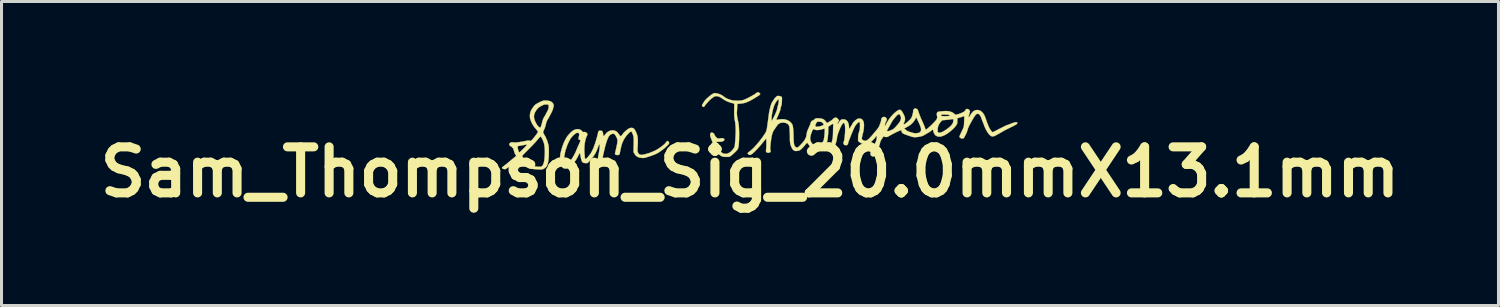
<source format=kicad_pcb>
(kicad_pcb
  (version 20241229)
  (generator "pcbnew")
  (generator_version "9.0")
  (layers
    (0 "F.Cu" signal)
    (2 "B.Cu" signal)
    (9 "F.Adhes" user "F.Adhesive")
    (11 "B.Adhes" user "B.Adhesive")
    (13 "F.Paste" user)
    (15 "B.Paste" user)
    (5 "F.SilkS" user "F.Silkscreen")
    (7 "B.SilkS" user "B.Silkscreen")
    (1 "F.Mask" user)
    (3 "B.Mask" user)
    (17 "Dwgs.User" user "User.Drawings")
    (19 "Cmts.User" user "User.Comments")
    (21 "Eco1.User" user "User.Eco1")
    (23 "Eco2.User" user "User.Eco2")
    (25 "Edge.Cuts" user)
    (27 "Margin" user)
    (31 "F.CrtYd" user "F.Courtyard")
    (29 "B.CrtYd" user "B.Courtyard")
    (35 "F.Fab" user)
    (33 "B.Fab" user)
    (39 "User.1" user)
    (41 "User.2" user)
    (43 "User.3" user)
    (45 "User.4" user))
  (footprint "Sam_Thompson_Sig_20.0mmX13.1mm"
    (layer "F.Cu")
    (at 21.779 2.646)
    (property "Reference" "Sam_Thompson_Sig_20.0mmX13.1mm" (at 0 0 0) (layer "F.SilkS") (effects (font (size 1.524 1.524) (thickness 0.3))))
    (attr through_hole)
    (fp_poly (pts (xy 0.294 -2.632) (xy 0.315 -2.617) (xy 0.332 -2.6) (xy 0.337 -2.588) (xy 0.334 -2.574) (xy 0.333 -2.572) (xy 0.321 -2.558) (xy 0.299 -2.54) (xy 0.271 -2.521) (xy 0.266 -2.518) (xy 0.233 -2.498) (xy 0.193 -2.474) (xy 0.15 -2.447) (xy 0.123 -2.43) (xy 0.057 -2.391) (xy -0.014 -2.354) (xy -0.084 -2.322) (xy -0.15 -2.297) (xy -0.174 -2.29) (xy -0.203 -2.283) (xy -0.244 -2.276) (xy -0.289 -2.269) (xy -0.321 -2.266) (xy -0.419 -2.256) (xy -0.425 -2.155) (xy -0.427 -2.106) (xy -0.43 -2.056) (xy -0.433 -2.011) (xy -0.435 -1.985) (xy -0.435 -1.934) (xy -0.431 -1.873) (xy -0.423 -1.809) (xy -0.412 -1.75) (xy -0.401 -1.706) (xy -0.388 -1.649) (xy -0.377 -1.578) (xy -0.368 -1.493) (xy -0.363 -1.396) (xy -0.36 -1.289) (xy -0.361 -1.175) (xy -0.364 -1.053) (xy -0.366 -1.012) (xy -0.37 -0.936) (xy -0.376 -0.875) (xy -0.384 -0.827) (xy -0.394 -0.788) (xy -0.407 -0.757) (xy -0.413 -0.745) (xy -0.428 -0.727) (xy -0.452 -0.701) (xy -0.483 -0.669) (xy -0.519 -0.635) (xy -0.556 -0.602) (xy -0.591 -0.571) (xy -0.622 -0.547) (xy -0.626 -0.544) (xy -0.681 -0.504) (xy -0.774 -0.502) (xy -0.824 -0.502) (xy -0.861 -0.504) (xy -0.892 -0.509) (xy -0.917 -0.516) (xy -0.97 -0.541) (xy -1.023 -0.582) (xy -1.076 -0.638) (xy -1.1 -0.668) (xy -1.119 -0.695) (xy -1.134 -0.717) (xy -1.142 -0.731) (xy -1.143 -0.733) (xy -1.148 -0.743) (xy -1.162 -0.759) (xy -1.165 -0.762) (xy -1.177 -0.779) (xy -1.188 -0.806) (xy -1.2 -0.845) (xy -1.21 -0.881) (xy -1.224 -0.931) (xy -1.241 -0.985) (xy -1.259 -1.035) (xy -1.269 -1.059) (xy -1.295 -1.125) (xy -1.312 -1.178) (xy -1.319 -1.22) (xy -1.319 -1.254) (xy -1.309 -1.28) (xy -1.301 -1.292) (xy -1.287 -1.306) (xy -1.274 -1.31) (xy -1.254 -1.306) (xy -1.251 -1.305) (xy -1.216 -1.289) (xy -1.19 -1.269) (xy -1.178 -1.247) (xy -1.177 -1.241) (xy -1.172 -1.221) (xy -1.164 -1.211) (xy -1.153 -1.197) (xy -1.151 -1.19) (xy -1.145 -1.177) (xy -1.129 -1.159) (xy -1.107 -1.14) (xy -1.084 -1.123) (xy -1.065 -1.113) (xy -1.063 -1.113) (xy -1.044 -1.111) (xy -1.015 -1.113) (xy -0.983 -1.117) (xy -0.933 -1.123) (xy -0.896 -1.121) (xy -0.87 -1.11) (xy -0.86 -1.101) (xy -0.848 -1.078) (xy -0.853 -1.056) (xy -0.874 -1.034) (xy -0.888 -1.025) (xy -0.906 -1.016) (xy -0.924 -1.01) (xy -0.946 -1.007) (xy -0.976 -1.005) (xy -1.019 -1.004) (xy -1.026 -1.004) (xy -1.07 -1.003) (xy -1.102 -1.001) (xy -1.121 -0.998) (xy -1.126 -0.995) (xy -1.123 -0.976) (xy -1.115 -0.947) (xy -1.103 -0.91) (xy -1.09 -0.872) (xy -1.076 -0.835) (xy -1.063 -0.805) (xy -1.06 -0.798) (xy -1.037 -0.761) (xy -1.006 -0.72) (xy -0.972 -0.68) (xy -0.938 -0.647) (xy -0.91 -0.627) (xy -0.882 -0.615) (xy -0.844 -0.606) (xy -0.827 -0.604) (xy -0.797 -0.602) (xy -0.774 -0.604) (xy -0.751 -0.61) (xy -0.72 -0.623) (xy -0.712 -0.627) (xy -0.659 -0.657) (xy -0.61 -0.699) (xy -0.563 -0.755) (xy -0.537 -0.792) (xy -0.523 -0.815) (xy -0.513 -0.835) (xy -0.507 -0.858) (xy -0.502 -0.888) (xy -0.499 -0.925) (xy -0.488 -1.054) (xy -0.48 -1.169) (xy -0.475 -1.272) (xy -0.474 -1.365) (xy -0.475 -1.451) (xy -0.48 -1.532) (xy -0.487 -1.609) (xy -0.498 -1.687) (xy -0.512 -1.761) (xy -0.516 -1.794) (xy -0.52 -1.841) (xy -0.523 -1.898) (xy -0.524 -1.961) (xy -0.525 -2.028) (xy -0.524 -2.095) (xy -0.522 -2.158) (xy -0.521 -2.17) (xy -0.52 -2.213) (xy -0.522 -2.242) (xy -0.53 -2.261) (xy -0.544 -2.273) (xy -0.568 -2.28) (xy -0.585 -2.283) (xy -0.664 -2.304) (xy -0.746 -2.335) (xy -0.826 -2.375) (xy -0.897 -2.42) (xy -0.902 -2.424) (xy -0.966 -2.467) (xy -1.025 -2.496) (xy -1.081 -2.511) (xy -1.122 -2.514) (xy -1.139 -2.514) (xy -1.155 -2.511) (xy -1.172 -2.505) (xy -1.191 -2.494) (xy -1.217 -2.476) (xy -1.252 -2.451) (xy -1.295 -2.419) (xy -1.317 -2.399) (xy -1.346 -2.371) (xy -1.379 -2.336) (xy -1.413 -2.298) (xy -1.446 -2.261) (xy -1.473 -2.227) (xy -1.494 -2.199) (xy -1.502 -2.186) (xy -1.52 -2.162) (xy -1.54 -2.155) (xy -1.563 -2.164) (xy -1.566 -2.166) (xy -1.585 -2.186) (xy -1.589 -2.209) (xy -1.578 -2.237) (xy -1.568 -2.254) (xy -1.549 -2.283) (xy -1.531 -2.314) (xy -1.526 -2.324) (xy -1.506 -2.353) (xy -1.476 -2.388) (xy -1.437 -2.428) (xy -1.393 -2.469) (xy -1.346 -2.509) (xy -1.299 -2.546) (xy -1.256 -2.576) (xy -1.219 -2.598) (xy -1.212 -2.601) (xy -1.191 -2.61) (xy -1.172 -2.614) (xy -1.15 -2.613) (xy -1.119 -2.609) (xy -1.112 -2.608) (xy -1.022 -2.585) (xy -0.937 -2.547) (xy -0.864 -2.497) (xy -0.831 -2.472) (xy -0.8 -2.452) (xy -0.766 -2.434) (xy -0.725 -2.418) (xy -0.673 -2.399) (xy -0.635 -2.387) (xy -0.604 -2.378) (xy -0.576 -2.372) (xy -0.545 -2.369) (xy -0.508 -2.366) (xy -0.458 -2.365) (xy -0.453 -2.364) (xy -0.383 -2.363) (xy -0.325 -2.366) (xy -0.274 -2.372) (xy -0.226 -2.384) (xy -0.176 -2.402) (xy -0.119 -2.428) (xy -0.09 -2.442) (xy -0.036 -2.469) (xy 0.018 -2.498) (xy 0.071 -2.527) (xy 0.119 -2.555) (xy 0.16 -2.581) (xy 0.192 -2.603) (xy 0.213 -2.619) (xy 0.219 -2.625) (xy 0.238 -2.639) (xy 0.265 -2.641) (xy 0.294 -2.632)) (stroke (width 0.01) (type solid)) (fill yes) (layer "F.SilkS"))
    (fp_poly (pts (xy -6.782 -2.369) (xy -6.749 -2.366) (xy -6.719 -2.364) (xy -6.663 -2.357) (xy -6.621 -2.347) (xy -6.588 -2.334) (xy -6.56 -2.314) (xy -6.534 -2.287) (xy -6.534 -2.287) (xy -6.517 -2.265) (xy -6.506 -2.244) (xy -6.5 -2.221) (xy -6.5 -2.194) (xy -6.506 -2.159) (xy -6.518 -2.114) (xy -6.534 -2.057) (xy -6.543 -2.036) (xy -6.558 -2.003) (xy -6.578 -1.961) (xy -6.601 -1.916) (xy -6.626 -1.869) (xy -6.65 -1.824) (xy -6.672 -1.785) (xy -6.69 -1.755) (xy -6.697 -1.744) (xy -6.721 -1.702) (xy -6.741 -1.649) (xy -6.752 -1.609) (xy -6.768 -1.545) (xy -6.782 -1.494) (xy -6.798 -1.45) (xy -6.816 -1.408) (xy -6.82 -1.4) (xy -6.834 -1.369) (xy -6.844 -1.342) (xy -6.849 -1.324) (xy -6.85 -1.322) (xy -6.844 -1.298) (xy -6.826 -1.261) (xy -6.798 -1.212) (xy -6.793 -1.205) (xy -6.778 -1.181) (xy -6.768 -1.163) (xy -6.765 -1.156) (xy -6.762 -1.146) (xy -6.753 -1.126) (xy -6.741 -1.099) (xy -6.74 -1.098) (xy -6.716 -1.039) (xy -6.693 -0.968) (xy -6.673 -0.892) (xy -6.67 -0.881) (xy -6.665 -0.848) (xy -6.662 -0.802) (xy -6.66 -0.747) (xy -6.659 -0.684) (xy -6.66 -0.618) (xy -6.662 -0.551) (xy -6.665 -0.488) (xy -6.669 -0.432) (xy -6.675 -0.387) (xy -6.687 -0.315) (xy -6.702 -0.258) (xy -6.721 -0.212) (xy -6.746 -0.175) (xy -6.777 -0.144) (xy -6.817 -0.116) (xy -6.828 -0.109) (xy -6.847 -0.1) (xy -6.867 -0.093) (xy -6.89 -0.088) (xy -6.92 -0.086) (xy -6.958 -0.086) (xy -7.007 -0.088) (xy -7.069 -0.091) (xy -7.104 -0.094) (xy -7.135 -0.096) (xy -7.162 -0.099) (xy -7.187 -0.103) (xy -7.213 -0.11) (xy -7.242 -0.12) (xy -7.276 -0.134) (xy -7.318 -0.152) (xy -7.369 -0.176) (xy -7.432 -0.206) (xy -7.458 -0.219) (xy -7.498 -0.245) (xy -7.539 -0.284) (xy -7.576 -0.332) (xy -7.581 -0.339) (xy -7.605 -0.375) (xy -7.621 -0.399) (xy -7.633 -0.414) (xy -7.641 -0.421) (xy -7.648 -0.423) (xy -7.651 -0.423) (xy -7.662 -0.418) (xy -7.683 -0.404) (xy -7.713 -0.383) (xy -7.748 -0.357) (xy -7.786 -0.327) (xy -7.825 -0.296) (xy -7.862 -0.265) (xy -7.895 -0.237) (xy -7.904 -0.23) (xy -7.93 -0.208) (xy -7.964 -0.182) (xy -8.002 -0.155) (xy -8.022 -0.142) (xy -8.057 -0.12) (xy -8.081 -0.106) (xy -8.099 -0.098) (xy -8.114 -0.096) (xy -8.131 -0.097) (xy -8.136 -0.098) (xy -8.173 -0.106) (xy -8.199 -0.119) (xy -8.211 -0.136) (xy -8.212 -0.142) (xy -8.205 -0.153) (xy -8.187 -0.171) (xy -8.159 -0.194) (xy -8.13 -0.216) (xy -8.092 -0.244) (xy -8.054 -0.274) (xy -8.02 -0.302) (xy -8.002 -0.317) (xy -7.978 -0.338) (xy -7.944 -0.366) (xy -7.905 -0.399) (xy -7.865 -0.432) (xy -7.851 -0.443) (xy -7.815 -0.472) (xy -7.784 -0.497) (xy -7.76 -0.518) (xy -7.745 -0.531) (xy -7.742 -0.534) (xy -7.742 -0.535) (xy -7.546 -0.535) (xy -7.505 -0.46) (xy -7.479 -0.412) (xy -7.458 -0.376) (xy -7.439 -0.348) (xy -7.418 -0.327) (xy -7.392 -0.308) (xy -7.359 -0.288) (xy -7.315 -0.266) (xy -7.297 -0.257) (xy -7.248 -0.232) (xy -7.21 -0.214) (xy -7.181 -0.201) (xy -7.157 -0.192) (xy -7.134 -0.186) (xy -7.109 -0.183) (xy -7.079 -0.18) (xy -7.058 -0.178) (xy -7.002 -0.174) (xy -6.959 -0.173) (xy -6.928 -0.176) (xy -6.905 -0.183) (xy -6.888 -0.194) (xy -6.886 -0.196) (xy -6.862 -0.225) (xy -6.842 -0.263) (xy -6.825 -0.312) (xy -6.813 -0.373) (xy -6.803 -0.448) (xy -6.796 -0.537) (xy -6.794 -0.584) (xy -6.792 -0.688) (xy -6.796 -0.785) (xy -6.805 -0.87) (xy -6.818 -0.943) (xy -6.829 -0.978) (xy -6.845 -1.022) (xy -6.863 -1.066) (xy -6.883 -1.107) (xy -6.901 -1.14) (xy -6.916 -1.162) (xy -6.921 -1.168) (xy -6.928 -1.172) (xy -6.936 -1.172) (xy -6.947 -1.166) (xy -6.962 -1.154) (xy -6.982 -1.132) (xy -7.01 -1.101) (xy -7.046 -1.058) (xy -7.06 -1.041) (xy -7.089 -1.008) (xy -7.128 -0.965) (xy -7.173 -0.917) (xy -7.222 -0.865) (xy -7.272 -0.814) (xy -7.303 -0.783) (xy -7.348 -0.738) (xy -7.392 -0.694) (xy -7.431 -0.654) (xy -7.465 -0.62) (xy -7.491 -0.593) (xy -7.505 -0.579) (xy -7.546 -0.535) (xy -7.742 -0.535) (xy -7.743 -0.546) (xy -7.753 -0.562) (xy -7.77 -0.585) (xy -7.786 -0.618) (xy -7.802 -0.663) (xy -7.815 -0.707) (xy -7.827 -0.749) (xy -7.84 -0.779) (xy -7.855 -0.802) (xy -7.877 -0.823) (xy -7.883 -0.828) (xy -7.696 -0.828) (xy -7.691 -0.798) (xy -7.683 -0.765) (xy -7.67 -0.717) (xy -7.659 -0.683) (xy -7.65 -0.663) (xy -7.64 -0.653) (xy -7.635 -0.652) (xy -7.626 -0.658) (xy -7.607 -0.674) (xy -7.58 -0.698) (xy -7.548 -0.729) (xy -7.511 -0.765) (xy -7.504 -0.772) (xy -7.467 -0.81) (xy -7.435 -0.843) (xy -7.409 -0.871) (xy -7.391 -0.892) (xy -7.383 -0.903) (xy -7.383 -0.904) (xy -7.39 -0.911) (xy -7.402 -0.911) (xy -7.431 -0.905) (xy -7.471 -0.898) (xy -7.517 -0.889) (xy -7.563 -0.881) (xy -7.605 -0.874) (xy -7.617 -0.872) (xy -7.656 -0.865) (xy -7.68 -0.858) (xy -7.693 -0.846) (xy -7.696 -0.828) (xy -7.883 -0.828) (xy -7.908 -0.846) (xy -7.916 -0.851) (xy -7.944 -0.871) (xy -7.961 -0.884) (xy -7.968 -0.895) (xy -7.969 -0.906) (xy -7.967 -0.921) (xy -7.953 -0.954) (xy -7.929 -0.975) (xy -7.893 -0.986) (xy -7.845 -0.986) (xy -7.823 -0.983) (xy -7.789 -0.98) (xy -7.757 -0.978) (xy -7.739 -0.979) (xy -7.632 -0.993) (xy -7.532 -1.009) (xy -7.449 -1.025) (xy -7.402 -1.035) (xy -7.368 -1.041) (xy -7.344 -1.044) (xy -7.326 -1.045) (xy -7.311 -1.042) (xy -7.296 -1.037) (xy -7.274 -1.03) (xy -7.259 -1.03) (xy -7.247 -1.038) (xy -7.24 -1.044) (xy -7.215 -1.069) (xy -7.186 -1.102) (xy -7.154 -1.14) (xy -7.122 -1.18) (xy -7.091 -1.22) (xy -7.063 -1.258) (xy -7.041 -1.291) (xy -7.025 -1.317) (xy -7.019 -1.332) (xy -7.019 -1.333) (xy -7.024 -1.345) (xy -7.038 -1.365) (xy -7.059 -1.392) (xy -7.079 -1.416) (xy -7.131 -1.478) (xy -7.172 -1.534) (xy -7.205 -1.589) (xy -7.234 -1.646) (xy -7.259 -1.71) (xy -7.27 -1.739) (xy -7.286 -1.811) (xy -7.286 -1.842) (xy -7.153 -1.842) (xy -7.147 -1.779) (xy -7.139 -1.748) (xy -7.119 -1.695) (xy -7.096 -1.642) (xy -7.069 -1.593) (xy -7.041 -1.549) (xy -7.012 -1.514) (xy -6.986 -1.488) (xy -6.962 -1.476) (xy -6.952 -1.475) (xy -6.938 -1.479) (xy -6.928 -1.492) (xy -6.918 -1.516) (xy -6.917 -1.52) (xy -6.908 -1.546) (xy -6.901 -1.568) (xy -6.899 -1.575) (xy -6.895 -1.589) (xy -6.889 -1.614) (xy -6.882 -1.647) (xy -6.88 -1.656) (xy -6.858 -1.733) (xy -6.825 -1.805) (xy -6.801 -1.843) (xy -6.791 -1.859) (xy -6.775 -1.887) (xy -6.756 -1.923) (xy -6.734 -1.963) (xy -6.727 -1.978) (xy -6.704 -2.023) (xy -6.688 -2.057) (xy -6.677 -2.083) (xy -6.671 -2.106) (xy -6.667 -2.129) (xy -6.665 -2.152) (xy -6.664 -2.19) (xy -6.669 -2.216) (xy -6.681 -2.23) (xy -6.704 -2.237) (xy -6.741 -2.239) (xy -6.751 -2.239) (xy -6.781 -2.238) (xy -6.805 -2.235) (xy -6.829 -2.228) (xy -6.859 -2.215) (xy -6.893 -2.199) (xy -6.954 -2.166) (xy -7.004 -2.129) (xy -7.046 -2.085) (xy -7.083 -2.036) (xy -7.122 -1.969) (xy -7.145 -1.905) (xy -7.153 -1.842) (xy -7.286 -1.842) (xy -7.287 -1.887) (xy -7.275 -1.963) (xy -7.25 -2.036) (xy -7.243 -2.049) (xy -7.225 -2.08) (xy -7.202 -2.116) (xy -7.175 -2.153) (xy -7.149 -2.188) (xy -7.125 -2.215) (xy -7.108 -2.231) (xy -7.076 -2.253) (xy -7.033 -2.278) (xy -6.984 -2.303) (xy -6.935 -2.327) (xy -6.89 -2.346) (xy -6.877 -2.351) (xy -6.85 -2.36) (xy -6.828 -2.366) (xy -6.807 -2.369) (xy -6.782 -2.369)) (stroke (width 0.01) (type solid)) (fill yes) (layer "F.SilkS"))
    (fp_poly (pts (xy -3.866 -1.452) (xy -3.862 -1.45) (xy -3.843 -1.436) (xy -3.824 -1.414) (xy -3.803 -1.38) (xy -3.796 -1.367) (xy -3.769 -1.313) (xy -3.748 -1.262) (xy -3.732 -1.211) (xy -3.721 -1.157) (xy -3.715 -1.096) (xy -3.713 -1.027) (xy -3.715 -0.946) (xy -3.718 -0.883) (xy -3.722 -0.822) (xy -3.724 -0.776) (xy -3.725 -0.742) (xy -3.725 -0.716) (xy -3.723 -0.696) (xy -3.72 -0.679) (xy -3.715 -0.663) (xy -3.713 -0.655) (xy -3.695 -0.616) (xy -3.67 -0.591) (xy -3.635 -0.576) (xy -3.61 -0.571) (xy -3.576 -0.571) (xy -3.529 -0.578) (xy -3.472 -0.591) (xy -3.409 -0.608) (xy -3.341 -0.629) (xy -3.273 -0.654) (xy -3.207 -0.681) (xy -3.145 -0.709) (xy -3.137 -0.713) (xy -3.079 -0.745) (xy -3.019 -0.783) (xy -2.959 -0.823) (xy -2.904 -0.865) (xy -2.854 -0.906) (xy -2.814 -0.944) (xy -2.786 -0.978) (xy -2.781 -0.984) (xy -2.76 -1.014) (xy -2.741 -1.028) (xy -2.723 -1.028) (xy -2.705 -1.013) (xy -2.699 -1.007) (xy -2.684 -0.986) (xy -2.677 -0.968) (xy -2.679 -0.949) (xy -2.691 -0.927) (xy -2.714 -0.9) (xy -2.75 -0.865) (xy -2.82 -0.8) (xy -2.883 -0.748) (xy -2.94 -0.708) (xy -2.941 -0.707) (xy -2.965 -0.691) (xy -2.992 -0.671) (xy -3.003 -0.663) (xy -3.045 -0.635) (xy -3.102 -0.606) (xy -3.176 -0.574) (xy -3.266 -0.541) (xy -3.344 -0.514) (xy -3.398 -0.497) (xy -3.44 -0.484) (xy -3.471 -0.475) (xy -3.496 -0.47) (xy -3.517 -0.467) (xy -3.538 -0.466) (xy -3.561 -0.467) (xy -3.573 -0.468) (xy -3.647 -0.477) (xy -3.708 -0.496) (xy -3.758 -0.526) (xy -3.8 -0.568) (xy -3.828 -0.611) (xy -3.857 -0.665) (xy -3.854 -0.792) (xy -3.852 -0.881) (xy -3.85 -0.956) (xy -3.85 -1.017) (xy -3.85 -1.068) (xy -3.851 -1.109) (xy -3.853 -1.143) (xy -3.857 -1.172) (xy -3.863 -1.197) (xy -3.87 -1.221) (xy -3.879 -1.246) (xy -3.89 -1.273) (xy -3.896 -1.287) (xy -3.911 -1.319) (xy -3.925 -1.338) (xy -3.94 -1.343) (xy -3.96 -1.335) (xy -3.986 -1.315) (xy -4.009 -1.294) (xy -4.078 -1.22) (xy -4.141 -1.135) (xy -4.194 -1.043) (xy -4.231 -0.961) (xy -4.242 -0.925) (xy -4.256 -0.878) (xy -4.27 -0.823) (xy -4.283 -0.765) (xy -4.295 -0.708) (xy -4.305 -0.658) (xy -4.311 -0.618) (xy -4.311 -0.614) (xy -4.321 -0.59) (xy -4.343 -0.572) (xy -4.372 -0.563) (xy -4.405 -0.563) (xy -4.437 -0.572) (xy -4.455 -0.583) (xy -4.473 -0.598) (xy -4.454 -0.682) (xy -4.445 -0.725) (xy -4.435 -0.768) (xy -4.426 -0.805) (xy -4.424 -0.817) (xy -4.408 -0.887) (xy -4.397 -0.952) (xy -4.391 -1.007) (xy -4.389 -1.051) (xy -4.39 -1.07) (xy -4.398 -1.101) (xy -4.413 -1.138) (xy -4.432 -1.176) (xy -4.453 -1.212) (xy -4.474 -1.241) (xy -4.493 -1.26) (xy -4.5 -1.265) (xy -4.536 -1.27) (xy -4.575 -1.262) (xy -4.615 -1.242) (xy -4.65 -1.214) (xy -4.675 -1.18) (xy -4.701 -1.131) (xy -4.728 -1.067) (xy -4.754 -0.991) (xy -4.781 -0.904) (xy -4.806 -0.807) (xy -4.817 -0.758) (xy -4.83 -0.703) (xy -4.844 -0.641) (xy -4.858 -0.581) (xy -4.869 -0.533) (xy -4.878 -0.49) (xy -4.887 -0.449) (xy -4.894 -0.415) (xy -4.898 -0.394) (xy -4.898 -0.394) (xy -4.903 -0.367) (xy -4.91 -0.332) (xy -4.916 -0.307) (xy -4.922 -0.276) (xy -4.926 -0.249) (xy -4.926 -0.235) (xy -4.931 -0.221) (xy -4.948 -0.211) (xy -4.974 -0.206) (xy -5.003 -0.206) (xy -5.033 -0.212) (xy -5.058 -0.223) (xy -5.063 -0.227) (xy -5.082 -0.242) (xy -5.064 -0.322) (xy -5.046 -0.409) (xy -5.029 -0.494) (xy -5.013 -0.576) (xy -5 -0.652) (xy -4.989 -0.722) (xy -4.981 -0.783) (xy -4.976 -0.834) (xy -4.974 -0.871) (xy -4.975 -0.894) (xy -4.975 -0.895) (xy -4.98 -0.909) (xy -4.985 -0.915) (xy -4.992 -0.912) (xy -5 -0.898) (xy -5.012 -0.872) (xy -5.028 -0.834) (xy -5.048 -0.78) (xy -5.052 -0.77) (xy -5.07 -0.725) (xy -5.087 -0.686) (xy -5.106 -0.648) (xy -5.13 -0.605) (xy -5.151 -0.571) (xy -5.174 -0.536) (xy -5.206 -0.494) (xy -5.241 -0.449) (xy -5.279 -0.404) (xy -5.313 -0.365) (xy -5.343 -0.336) (xy -5.346 -0.333) (xy -5.388 -0.295) (xy -5.453 -0.298) (xy -5.494 -0.301) (xy -5.523 -0.309) (xy -5.543 -0.324) (xy -5.56 -0.348) (xy -5.57 -0.367) (xy -5.581 -0.397) (xy -5.592 -0.44) (xy -5.603 -0.491) (xy -5.613 -0.547) (xy -5.618 -0.578) (xy -5.622 -0.604) (xy -5.627 -0.62) (xy -5.634 -0.624) (xy -5.644 -0.615) (xy -5.658 -0.593) (xy -5.678 -0.557) (xy -5.694 -0.525) (xy -5.713 -0.489) (xy -5.73 -0.457) (xy -5.743 -0.433) (xy -5.749 -0.423) (xy -5.761 -0.405) (xy -5.778 -0.379) (xy -5.796 -0.352) (xy -5.826 -0.311) (xy -5.863 -0.267) (xy -5.903 -0.224) (xy -5.943 -0.185) (xy -5.979 -0.156) (xy -5.991 -0.148) (xy -6.031 -0.126) (xy -6.069 -0.116) (xy -6.112 -0.116) (xy -6.138 -0.119) (xy -6.179 -0.131) (xy -6.211 -0.154) (xy -6.237 -0.188) (xy -6.26 -0.237) (xy -6.261 -0.241) (xy -6.277 -0.298) (xy -6.286 -0.366) (xy -6.289 -0.438) (xy -6.155 -0.438) (xy -6.154 -0.383) (xy -6.15 -0.333) (xy -6.142 -0.289) (xy -6.131 -0.256) (xy -6.117 -0.235) (xy -6.102 -0.229) (xy -6.087 -0.234) (xy -6.065 -0.247) (xy -6.05 -0.259) (xy -6.002 -0.304) (xy -5.953 -0.362) (xy -5.903 -0.432) (xy -5.854 -0.509) (xy -5.809 -0.591) (xy -5.768 -0.676) (xy -5.744 -0.735) (xy -5.733 -0.762) (xy -5.717 -0.8) (xy -5.697 -0.845) (xy -5.675 -0.891) (xy -5.668 -0.907) (xy -5.649 -0.949) (xy -5.633 -0.987) (xy -5.621 -1.018) (xy -5.615 -1.038) (xy -5.615 -1.044) (xy -5.624 -1.06) (xy -5.642 -1.067) (xy -5.661 -1.072) (xy -5.673 -1.082) (xy -5.677 -1.099) (xy -5.676 -1.126) (xy -5.668 -1.166) (xy -5.666 -1.177) (xy -5.658 -1.215) (xy -5.653 -1.239) (xy -5.653 -1.255) (xy -5.655 -1.266) (xy -5.662 -1.276) (xy -5.663 -1.278) (xy -5.686 -1.298) (xy -5.715 -1.302) (xy -5.751 -1.291) (xy -5.793 -1.264) (xy -5.839 -1.225) (xy -5.868 -1.196) (xy -5.897 -1.166) (xy -5.919 -1.139) (xy -5.921 -1.136) (xy -5.951 -1.09) (xy -5.983 -1.033) (xy -6.014 -0.971) (xy -6.042 -0.909) (xy -6.062 -0.855) (xy -6.074 -0.819) (xy -6.085 -0.787) (xy -6.093 -0.765) (xy -6.096 -0.758) (xy -6.103 -0.736) (xy -6.112 -0.702) (xy -6.122 -0.66) (xy -6.132 -0.612) (xy -6.141 -0.564) (xy -6.143 -0.555) (xy -6.151 -0.496) (xy -6.155 -0.438) (xy -6.289 -0.438) (xy -6.289 -0.442) (xy -6.287 -0.519) (xy -6.278 -0.595) (xy -6.263 -0.665) (xy -6.257 -0.686) (xy -6.251 -0.705) (xy -6.243 -0.734) (xy -6.236 -0.762) (xy -6.225 -0.799) (xy -6.211 -0.842) (xy -6.196 -0.887) (xy -6.181 -0.928) (xy -6.168 -0.962) (xy -6.159 -0.982) (xy -6.15 -0.999) (xy -6.137 -1.027) (xy -6.121 -1.06) (xy -6.113 -1.075) (xy -6.091 -1.117) (xy -6.07 -1.153) (xy -6.045 -1.188) (xy -6.014 -1.226) (xy -5.979 -1.266) (xy -5.923 -1.323) (xy -5.872 -1.365) (xy -5.821 -1.395) (xy -5.77 -1.413) (xy -5.726 -1.42) (xy -5.67 -1.419) (xy -5.622 -1.404) (xy -5.579 -1.375) (xy -5.563 -1.358) (xy -5.542 -1.337) (xy -5.528 -1.326) (xy -5.513 -1.323) (xy -5.493 -1.325) (xy -5.492 -1.325) (xy -5.464 -1.327) (xy -5.441 -1.319) (xy -5.427 -1.311) (xy -5.397 -1.284) (xy -5.383 -1.257) (xy -5.386 -1.228) (xy -5.389 -1.222) (xy -5.405 -1.189) (xy -5.419 -1.157) (xy -5.431 -1.122) (xy -5.444 -1.078) (xy -5.454 -1.042) (xy -5.474 -0.941) (xy -5.484 -0.829) (xy -5.485 -0.704) (xy -5.479 -0.597) (xy -5.474 -0.54) (xy -5.47 -0.498) (xy -5.466 -0.468) (xy -5.461 -0.449) (xy -5.457 -0.438) (xy -5.451 -0.433) (xy -5.444 -0.432) (xy -5.429 -0.438) (xy -5.407 -0.457) (xy -5.38 -0.484) (xy -5.35 -0.518) (xy -5.32 -0.556) (xy -5.29 -0.595) (xy -5.265 -0.633) (xy -5.247 -0.665) (xy -5.229 -0.698) (xy -5.212 -0.735) (xy -5.195 -0.771) (xy -5.18 -0.804) (xy -5.17 -0.829) (xy -5.165 -0.843) (xy -5.165 -0.844) (xy -5.162 -0.855) (xy -5.154 -0.878) (xy -5.143 -0.906) (xy -5.143 -0.906) (xy -5.132 -0.936) (xy -5.119 -0.977) (xy -5.104 -1.027) (xy -5.088 -1.081) (xy -5.072 -1.137) (xy -5.057 -1.191) (xy -5.045 -1.24) (xy -5.035 -1.279) (xy -5.03 -1.306) (xy -5.03 -1.307) (xy -5.021 -1.341) (xy -5.005 -1.361) (xy -4.979 -1.371) (xy -4.942 -1.37) (xy -4.919 -1.366) (xy -4.9 -1.358) (xy -4.885 -1.341) (xy -4.874 -1.313) (xy -4.865 -1.271) (xy -4.863 -1.249) (xy -4.857 -1.214) (xy -4.85 -1.195) (xy -4.839 -1.192) (xy -4.824 -1.204) (xy -4.803 -1.232) (xy -4.797 -1.24) (xy -4.752 -1.294) (xy -4.7 -1.336) (xy -4.643 -1.365) (xy -4.583 -1.38) (xy -4.524 -1.381) (xy -4.466 -1.366) (xy -4.447 -1.358) (xy -4.421 -1.342) (xy -4.398 -1.324) (xy -4.376 -1.299) (xy -4.351 -1.266) (xy -4.324 -1.229) (xy -4.304 -1.205) (xy -4.29 -1.192) (xy -4.278 -1.189) (xy -4.266 -1.195) (xy -4.252 -1.209) (xy -4.25 -1.211) (xy -4.231 -1.234) (xy -4.216 -1.257) (xy -4.212 -1.262) (xy -4.197 -1.283) (xy -4.172 -1.31) (xy -4.14 -1.341) (xy -4.105 -1.373) (xy -4.069 -1.402) (xy -4.037 -1.426) (xy -4.013 -1.441) (xy -3.961 -1.46) (xy -3.911 -1.464) (xy -3.866 -1.452)) (stroke (width 0.01) (type solid)) (fill yes) (layer "F.SilkS"))
    (fp_poly (pts (xy 0.97 -2.517) (xy 1.005 -2.508) (xy 1.033 -2.497) (xy 1.041 -2.492) (xy 1.049 -2.486) (xy 1.054 -2.478) (xy 1.057 -2.467) (xy 1.058 -2.448) (xy 1.058 -2.419) (xy 1.057 -2.377) (xy 1.056 -2.363) (xy 1.054 -2.318) (xy 1.051 -2.278) (xy 1.047 -2.245) (xy 1.043 -2.225) (xy 1.043 -2.222) (xy 1.029 -2.18) (xy 1.018 -2.14) (xy 1.01 -2.107) (xy 1.008 -2.085) (xy 1.004 -2.062) (xy 0.996 -2.038) (xy 0.986 -2.013) (xy 0.974 -1.983) (xy 0.969 -1.968) (xy 0.959 -1.943) (xy 0.944 -1.908) (xy 0.926 -1.867) (xy 0.913 -1.838) (xy 0.893 -1.794) (xy 0.88 -1.763) (xy 0.874 -1.743) (xy 0.875 -1.732) (xy 0.882 -1.729) (xy 0.894 -1.73) (xy 0.895 -1.73) (xy 0.992 -1.746) (xy 1.077 -1.751) (xy 1.105 -1.75) (xy 1.174 -1.739) (xy 1.239 -1.717) (xy 1.298 -1.685) (xy 1.348 -1.645) (xy 1.386 -1.599) (xy 1.409 -1.553) (xy 1.417 -1.519) (xy 1.424 -1.47) (xy 1.43 -1.412) (xy 1.435 -1.345) (xy 1.438 -1.273) (xy 1.44 -1.206) (xy 1.441 -1.14) (xy 1.444 -1.074) (xy 1.448 -1.013) (xy 1.453 -0.96) (xy 1.459 -0.918) (xy 1.464 -0.896) (xy 1.482 -0.858) (xy 1.508 -0.83) (xy 1.539 -0.815) (xy 1.555 -0.813) (xy 1.569 -0.814) (xy 1.581 -0.817) (xy 1.595 -0.826) (xy 1.613 -0.841) (xy 1.638 -0.864) (xy 1.671 -0.898) (xy 1.673 -0.9) (xy 1.733 -0.965) (xy 1.78 -1.022) (xy 1.816 -1.074) (xy 1.835 -1.11) (xy 1.991 -1.11) (xy 2 -1.049) (xy 2.024 -0.992) (xy 2.064 -0.934) (xy 2.091 -0.903) (xy 2.121 -0.871) (xy 2.194 -0.874) (xy 2.231 -0.876) (xy 2.257 -0.879) (xy 2.277 -0.886) (xy 2.296 -0.897) (xy 2.303 -0.902) (xy 2.36 -0.945) (xy 2.401 -0.985) (xy 2.426 -1.023) (xy 2.433 -1.04) (xy 2.443 -1.075) (xy 2.451 -1.119) (xy 2.459 -1.168) (xy 2.465 -1.22) (xy 2.47 -1.272) (xy 2.473 -1.321) (xy 2.474 -1.365) (xy 2.474 -1.401) (xy 2.471 -1.426) (xy 2.465 -1.439) (xy 2.463 -1.439) (xy 2.452 -1.437) (xy 2.429 -1.43) (xy 2.4 -1.421) (xy 2.394 -1.419) (xy 2.353 -1.407) (xy 2.305 -1.398) (xy 2.265 -1.393) (xy 2.225 -1.39) (xy 2.195 -1.392) (xy 2.166 -1.398) (xy 2.144 -1.405) (xy 2.117 -1.414) (xy 2.097 -1.42) (xy 2.089 -1.422) (xy 2.083 -1.415) (xy 2.073 -1.395) (xy 2.06 -1.365) (xy 2.046 -1.329) (xy 2.031 -1.29) (xy 2.017 -1.251) (xy 2.016 -1.247) (xy 1.996 -1.175) (xy 1.991 -1.11) (xy 1.835 -1.11) (xy 1.843 -1.124) (xy 1.86 -1.173) (xy 1.871 -1.225) (xy 1.872 -1.236) (xy 1.877 -1.271) (xy 1.882 -1.303) (xy 1.89 -1.333) (xy 1.901 -1.366) (xy 1.916 -1.404) (xy 1.937 -1.45) (xy 1.963 -1.508) (xy 1.968 -1.517) (xy 1.975 -1.533) (xy 2.159 -1.533) (xy 2.166 -1.514) (xy 2.188 -1.503) (xy 2.225 -1.5) (xy 2.276 -1.506) (xy 2.302 -1.511) (xy 2.334 -1.518) (xy 2.361 -1.526) (xy 2.377 -1.531) (xy 2.377 -1.531) (xy 2.396 -1.54) (xy 2.415 -1.548) (xy 2.432 -1.559) (xy 2.438 -1.571) (xy 2.432 -1.589) (xy 2.417 -1.612) (xy 2.397 -1.635) (xy 2.375 -1.652) (xy 2.37 -1.656) (xy 2.349 -1.662) (xy 2.317 -1.666) (xy 2.282 -1.668) (xy 2.249 -1.667) (xy 2.225 -1.663) (xy 2.223 -1.663) (xy 2.213 -1.653) (xy 2.199 -1.631) (xy 2.184 -1.603) (xy 2.171 -1.574) (xy 2.162 -1.549) (xy 2.159 -1.533) (xy 1.975 -1.533) (xy 1.982 -1.549) (xy 1.992 -1.575) (xy 1.998 -1.593) (xy 1.998 -1.596) (xy 2.002 -1.616) (xy 2.013 -1.642) (xy 2.027 -1.669) (xy 2.039 -1.687) (xy 2.056 -1.699) (xy 2.068 -1.702) (xy 2.083 -1.707) (xy 2.104 -1.721) (xy 2.126 -1.739) (xy 2.15 -1.76) (xy 2.172 -1.773) (xy 2.196 -1.78) (xy 2.227 -1.782) (xy 2.269 -1.781) (xy 2.28 -1.78) (xy 2.346 -1.774) (xy 2.398 -1.761) (xy 2.44 -1.741) (xy 2.476 -1.712) (xy 2.508 -1.672) (xy 2.509 -1.671) (xy 2.527 -1.648) (xy 2.543 -1.631) (xy 2.553 -1.626) (xy 2.565 -1.63) (xy 2.586 -1.642) (xy 2.614 -1.659) (xy 2.626 -1.667) (xy 2.657 -1.686) (xy 2.684 -1.704) (xy 2.703 -1.715) (xy 2.707 -1.717) (xy 2.725 -1.732) (xy 2.739 -1.751) (xy 2.758 -1.77) (xy 2.788 -1.788) (xy 2.821 -1.8) (xy 2.846 -1.803) (xy 2.865 -1.798) (xy 2.889 -1.78) (xy 2.907 -1.761) (xy 2.927 -1.739) (xy 2.941 -1.722) (xy 2.946 -1.713) (xy 2.942 -1.702) (xy 2.932 -1.682) (xy 2.921 -1.664) (xy 2.904 -1.632) (xy 2.896 -1.608) (xy 2.898 -1.594) (xy 2.903 -1.592) (xy 2.911 -1.598) (xy 2.925 -1.616) (xy 2.942 -1.642) (xy 2.95 -1.654) (xy 2.977 -1.694) (xy 3 -1.721) (xy 3.023 -1.737) (xy 3.05 -1.745) (xy 3.083 -1.746) (xy 3.13 -1.741) (xy 3.166 -1.73) (xy 3.197 -1.709) (xy 3.203 -1.703) (xy 3.235 -1.663) (xy 3.258 -1.61) (xy 3.273 -1.543) (xy 3.28 -1.463) (xy 3.28 -1.461) (xy 3.283 -1.44) (xy 3.291 -1.435) (xy 3.304 -1.446) (xy 3.32 -1.472) (xy 3.331 -1.494) (xy 3.345 -1.523) (xy 3.359 -1.545) (xy 3.368 -1.557) (xy 3.37 -1.558) (xy 3.377 -1.565) (xy 3.379 -1.573) (xy 3.386 -1.595) (xy 3.404 -1.624) (xy 3.43 -1.657) (xy 3.461 -1.689) (xy 3.494 -1.718) (xy 3.511 -1.73) (xy 3.543 -1.751) (xy 3.567 -1.763) (xy 3.589 -1.77) (xy 3.613 -1.772) (xy 3.617 -1.772) (xy 3.666 -1.766) (xy 3.706 -1.746) (xy 3.737 -1.711) (xy 3.759 -1.663) (xy 3.768 -1.621) (xy 3.773 -1.568) (xy 3.772 -1.504) (xy 3.766 -1.434) (xy 3.756 -1.365) (xy 3.741 -1.3) (xy 3.738 -1.291) (xy 3.721 -1.227) (xy 3.709 -1.172) (xy 3.703 -1.128) (xy 3.703 -1.096) (xy 3.708 -1.08) (xy 3.73 -1.062) (xy 3.761 -1.047) (xy 3.795 -1.036) (xy 3.819 -1.033) (xy 3.846 -1.039) (xy 3.879 -1.056) (xy 3.917 -1.085) (xy 3.961 -1.127) (xy 4.013 -1.183) (xy 4.072 -1.252) (xy 4.072 -1.253) (xy 4.096 -1.281) (xy 4.125 -1.316) (xy 4.155 -1.351) (xy 4.166 -1.364) (xy 4.534 -1.364) (xy 4.534 -1.363) (xy 4.547 -1.356) (xy 4.57 -1.355) (xy 4.599 -1.359) (xy 4.627 -1.368) (xy 4.629 -1.368) (xy 4.656 -1.381) (xy 4.68 -1.392) (xy 4.683 -1.394) (xy 4.704 -1.402) (xy 4.719 -1.405) (xy 4.732 -1.412) (xy 4.754 -1.429) (xy 4.769 -1.444) (xy 5.109 -1.444) (xy 5.109 -1.433) (xy 5.125 -1.421) (xy 5.129 -1.419) (xy 5.152 -1.404) (xy 5.169 -1.388) (xy 5.188 -1.372) (xy 5.213 -1.356) (xy 5.215 -1.355) (xy 5.236 -1.346) (xy 5.268 -1.335) (xy 5.307 -1.322) (xy 5.349 -1.309) (xy 5.389 -1.298) (xy 5.423 -1.289) (xy 5.444 -1.284) (xy 5.477 -1.283) (xy 5.518 -1.286) (xy 5.562 -1.294) (xy 5.59 -1.301) (xy 5.618 -1.312) (xy 5.636 -1.327) (xy 5.648 -1.348) (xy 5.658 -1.372) (xy 5.663 -1.398) (xy 5.662 -1.428) (xy 5.656 -1.462) (xy 5.643 -1.504) (xy 5.623 -1.556) (xy 5.596 -1.618) (xy 5.561 -1.693) (xy 5.559 -1.697) (xy 5.503 -1.815) (xy 5.471 -1.754) (xy 5.442 -1.705) (xy 5.403 -1.654) (xy 5.361 -1.607) (xy 5.319 -1.569) (xy 5.303 -1.557) (xy 5.275 -1.539) (xy 5.238 -1.517) (xy 5.196 -1.493) (xy 5.155 -1.47) (xy 5.124 -1.455) (xy 5.109 -1.444) (xy 4.769 -1.444) (xy 4.782 -1.455) (xy 4.814 -1.488) (xy 4.847 -1.525) (xy 4.881 -1.563) (xy 4.912 -1.601) (xy 4.939 -1.636) (xy 4.959 -1.666) (xy 4.967 -1.68) (xy 4.981 -1.713) (xy 4.993 -1.75) (xy 4.995 -1.764) (xy 4.999 -1.79) (xy 4.997 -1.811) (xy 4.99 -1.835) (xy 4.978 -1.861) (xy 4.964 -1.888) (xy 4.951 -1.909) (xy 4.942 -1.918) (xy 4.923 -1.918) (xy 4.898 -1.904) (xy 4.866 -1.876) (xy 4.826 -1.835) (xy 4.779 -1.779) (xy 4.754 -1.748) (xy 4.736 -1.725) (xy 4.722 -1.705) (xy 4.708 -1.684) (xy 4.692 -1.656) (xy 4.683 -1.639) (xy 4.663 -1.604) (xy 4.643 -1.567) (xy 4.623 -1.533) (xy 4.607 -1.504) (xy 4.596 -1.485) (xy 4.593 -1.48) (xy 4.568 -1.437) (xy 4.55 -1.405) (xy 4.539 -1.384) (xy 4.534 -1.371) (xy 4.534 -1.364) (xy 4.166 -1.364) (xy 4.167 -1.364) (xy 4.195 -1.398) (xy 4.223 -1.434) (xy 4.246 -1.465) (xy 4.253 -1.476) (xy 4.269 -1.505) (xy 4.286 -1.543) (xy 4.304 -1.588) (xy 4.32 -1.633) (xy 4.333 -1.675) (xy 4.341 -1.71) (xy 4.344 -1.73) (xy 4.351 -1.769) (xy 4.37 -1.798) (xy 4.397 -1.818) (xy 4.43 -1.826) (xy 4.465 -1.821) (xy 4.498 -1.802) (xy 4.506 -1.795) (xy 4.525 -1.766) (xy 4.528 -1.734) (xy 4.515 -1.699) (xy 4.509 -1.688) (xy 4.496 -1.665) (xy 4.483 -1.635) (xy 4.473 -1.604) (xy 4.466 -1.574) (xy 4.462 -1.55) (xy 4.464 -1.535) (xy 4.467 -1.533) (xy 4.472 -1.535) (xy 4.48 -1.544) (xy 4.491 -1.562) (xy 4.507 -1.591) (xy 4.529 -1.631) (xy 4.539 -1.65) (xy 4.577 -1.713) (xy 4.622 -1.777) (xy 4.671 -1.839) (xy 4.724 -1.898) (xy 4.777 -1.95) (xy 4.83 -1.996) (xy 4.879 -2.031) (xy 4.923 -2.055) (xy 4.941 -2.061) (xy 4.967 -2.062) (xy 4.993 -2.048) (xy 5.02 -2.021) (xy 5.049 -1.978) (xy 5.081 -1.919) (xy 5.084 -1.913) (xy 5.112 -1.852) (xy 5.128 -1.799) (xy 5.132 -1.751) (xy 5.126 -1.705) (xy 5.109 -1.657) (xy 5.1 -1.639) (xy 5.089 -1.614) (xy 5.084 -1.593) (xy 5.084 -1.586) (xy 5.093 -1.581) (xy 5.113 -1.587) (xy 5.141 -1.603) (xy 5.176 -1.628) (xy 5.215 -1.66) (xy 5.252 -1.693) (xy 5.288 -1.728) (xy 5.314 -1.756) (xy 5.333 -1.782) (xy 5.348 -1.81) (xy 5.356 -1.825) (xy 5.376 -1.881) (xy 5.392 -1.945) (xy 5.401 -2.007) (xy 5.402 -2.035) (xy 5.406 -2.06) (xy 5.421 -2.081) (xy 5.428 -2.086) (xy 5.456 -2.104) (xy 5.484 -2.106) (xy 5.515 -2.093) (xy 5.52 -2.089) (xy 5.537 -2.077) (xy 5.549 -2.065) (xy 5.558 -2.049) (xy 5.567 -2.023) (xy 5.575 -1.998) (xy 5.595 -1.94) (xy 5.62 -1.874) (xy 5.647 -1.806) (xy 5.674 -1.743) (xy 5.682 -1.727) (xy 5.722 -1.638) (xy 5.754 -1.564) (xy 5.779 -1.504) (xy 5.795 -1.457) (xy 5.803 -1.429) (xy 5.81 -1.412) (xy 5.819 -1.406) (xy 5.834 -1.412) (xy 5.859 -1.428) (xy 5.891 -1.454) (xy 5.929 -1.486) (xy 5.97 -1.523) (xy 6.012 -1.563) (xy 6.053 -1.604) (xy 6.092 -1.644) (xy 6.126 -1.681) (xy 6.154 -1.713) (xy 6.172 -1.739) (xy 6.178 -1.748) (xy 6.19 -1.776) (xy 6.196 -1.798) (xy 6.196 -1.821) (xy 6.192 -1.851) (xy 6.188 -1.871) (xy 6.186 -1.889) (xy 6.326 -1.889) (xy 6.327 -1.873) (xy 6.34 -1.858) (xy 6.344 -1.855) (xy 6.359 -1.852) (xy 6.387 -1.85) (xy 6.424 -1.85) (xy 6.465 -1.85) (xy 6.508 -1.851) (xy 6.548 -1.853) (xy 6.581 -1.856) (xy 6.602 -1.86) (xy 6.617 -1.867) (xy 6.616 -1.877) (xy 6.6 -1.887) (xy 6.582 -1.894) (xy 6.561 -1.897) (xy 6.529 -1.901) (xy 6.49 -1.903) (xy 6.448 -1.904) (xy 6.407 -1.905) (xy 6.372 -1.904) (xy 6.347 -1.902) (xy 6.338 -1.9) (xy 6.326 -1.889) (xy 6.186 -1.889) (xy 6.182 -1.921) (xy 6.189 -1.958) (xy 6.208 -1.985) (xy 6.24 -2) (xy 6.257 -2.002) (xy 6.336 -2.01) (xy 6.4 -2.016) (xy 6.453 -2.019) (xy 6.496 -2.02) (xy 6.533 -2.019) (xy 6.566 -2.015) (xy 6.598 -2.009) (xy 6.629 -2.001) (xy 6.672 -1.987) (xy 6.704 -1.972) (xy 6.735 -1.951) (xy 6.761 -1.93) (xy 6.78 -1.914) (xy 6.796 -1.904) (xy 6.812 -1.9) (xy 6.832 -1.901) (xy 6.86 -1.908) (xy 6.899 -1.919) (xy 6.922 -1.927) (xy 6.982 -1.948) (xy 7.035 -1.972) (xy 7.078 -1.996) (xy 7.109 -2.02) (xy 7.127 -2.041) (xy 7.13 -2.051) (xy 7.139 -2.068) (xy 7.156 -2.082) (xy 7.185 -2.09) (xy 7.217 -2.084) (xy 7.246 -2.067) (xy 7.268 -2.041) (xy 7.268 -2.04) (xy 7.284 -2.011) (xy 7.257 -1.918) (xy 7.247 -1.881) (xy 7.24 -1.849) (xy 7.236 -1.827) (xy 7.236 -1.819) (xy 7.245 -1.816) (xy 7.258 -1.828) (xy 7.274 -1.85) (xy 7.283 -1.866) (xy 7.302 -1.899) (xy 7.327 -1.935) (xy 7.354 -1.97) (xy 7.378 -1.998) (xy 7.384 -2.004) (xy 7.403 -2.017) (xy 7.431 -2.032) (xy 7.449 -2.041) (xy 7.503 -2.055) (xy 7.557 -2.053) (xy 7.611 -2.036) (xy 7.661 -2.005) (xy 7.705 -1.961) (xy 7.71 -1.953) (xy 7.731 -1.925) (xy 7.747 -1.9) (xy 7.761 -1.875) (xy 7.774 -1.846) (xy 7.788 -1.811) (xy 7.804 -1.766) (xy 7.823 -1.71) (xy 7.838 -1.666) (xy 7.852 -1.626) (xy 7.864 -1.596) (xy 7.872 -1.576) (xy 7.875 -1.571) (xy 7.882 -1.556) (xy 7.882 -1.551) (xy 7.886 -1.539) (xy 7.896 -1.516) (xy 7.91 -1.486) (xy 7.917 -1.471) (xy 7.939 -1.43) (xy 7.963 -1.392) (xy 7.987 -1.36) (xy 8.009 -1.336) (xy 8.026 -1.322) (xy 8.032 -1.321) (xy 8.044 -1.325) (xy 8.068 -1.335) (xy 8.1 -1.35) (xy 8.137 -1.369) (xy 8.144 -1.373) (xy 8.191 -1.398) (xy 8.243 -1.425) (xy 8.293 -1.45) (xy 8.327 -1.467) (xy 8.368 -1.487) (xy 8.408 -1.507) (xy 8.443 -1.525) (xy 8.46 -1.533) (xy 8.487 -1.546) (xy 8.51 -1.555) (xy 8.522 -1.558) (xy 8.539 -1.561) (xy 8.562 -1.569) (xy 8.563 -1.569) (xy 8.601 -1.586) (xy 8.639 -1.601) (xy 8.674 -1.615) (xy 8.7 -1.625) (xy 8.715 -1.629) (xy 8.716 -1.629) (xy 8.73 -1.633) (xy 8.749 -1.641) (xy 8.773 -1.647) (xy 8.802 -1.651) (xy 8.81 -1.651) (xy 8.833 -1.65) (xy 8.844 -1.646) (xy 8.848 -1.635) (xy 8.848 -1.629) (xy 8.842 -1.609) (xy 8.828 -1.588) (xy 8.827 -1.587) (xy 8.813 -1.578) (xy 8.787 -1.562) (xy 8.75 -1.542) (xy 8.705 -1.518) (xy 8.655 -1.493) (xy 8.615 -1.473) (xy 8.56 -1.446) (xy 8.509 -1.421) (xy 8.463 -1.397) (xy 8.425 -1.378) (xy 8.399 -1.364) (xy 8.388 -1.357) (xy 8.365 -1.344) (xy 8.332 -1.324) (xy 8.291 -1.3) (xy 8.246 -1.275) (xy 8.202 -1.25) (xy 8.161 -1.228) (xy 8.129 -1.211) (xy 8.111 -1.202) (xy 8.067 -1.185) (xy 8.028 -1.18) (xy 7.991 -1.187) (xy 7.955 -1.208) (xy 7.918 -1.244) (xy 7.879 -1.294) (xy 7.861 -1.321) (xy 7.846 -1.344) (xy 7.835 -1.363) (xy 7.823 -1.385) (xy 7.806 -1.414) (xy 7.804 -1.42) (xy 7.789 -1.45) (xy 7.772 -1.489) (xy 7.755 -1.532) (xy 7.74 -1.573) (xy 7.735 -1.586) (xy 7.724 -1.616) (xy 7.713 -1.642) (xy 7.709 -1.651) (xy 7.7 -1.671) (xy 7.689 -1.7) (xy 7.677 -1.734) (xy 7.676 -1.737) (xy 7.659 -1.786) (xy 7.644 -1.823) (xy 7.631 -1.851) (xy 7.617 -1.873) (xy 7.601 -1.894) (xy 7.598 -1.897) (xy 7.576 -1.918) (xy 7.558 -1.928) (xy 7.537 -1.93) (xy 7.536 -1.93) (xy 7.519 -1.928) (xy 7.501 -1.92) (xy 7.481 -1.905) (xy 7.46 -1.882) (xy 7.436 -1.85) (xy 7.409 -1.809) (xy 7.377 -1.756) (xy 7.34 -1.691) (xy 7.297 -1.612) (xy 7.254 -1.532) (xy 7.232 -1.486) (xy 7.213 -1.438) (xy 7.201 -1.397) (xy 7.19 -1.358) (xy 7.174 -1.313) (xy 7.155 -1.271) (xy 7.152 -1.266) (xy 7.133 -1.229) (xy 7.115 -1.193) (xy 7.1 -1.163) (xy 7.097 -1.158) (xy 7.079 -1.128) (xy 7.056 -1.113) (xy 7.026 -1.11) (xy 7.004 -1.112) (xy 6.976 -1.122) (xy 6.952 -1.139) (xy 6.937 -1.159) (xy 6.934 -1.17) (xy 6.936 -1.181) (xy 6.942 -1.199) (xy 6.953 -1.226) (xy 6.97 -1.263) (xy 6.992 -1.312) (xy 7.022 -1.374) (xy 7.027 -1.384) (xy 7.045 -1.421) (xy 7.06 -1.456) (xy 7.072 -1.482) (xy 7.077 -1.494) (xy 7.079 -1.508) (xy 7.081 -1.535) (xy 7.084 -1.571) (xy 7.086 -1.615) (xy 7.089 -1.661) (xy 7.091 -1.709) (xy 7.092 -1.754) (xy 7.093 -1.795) (xy 7.093 -1.827) (xy 7.093 -1.847) (xy 7.091 -1.854) (xy 7.082 -1.851) (xy 7.064 -1.844) (xy 7.064 -1.844) (xy 7.046 -1.838) (xy 7.016 -1.828) (xy 6.98 -1.817) (xy 6.951 -1.808) (xy 6.862 -1.782) (xy 6.862 -1.702) (xy 6.861 -1.664) (xy 6.859 -1.631) (xy 6.856 -1.607) (xy 6.855 -1.6) (xy 6.838 -1.566) (xy 6.809 -1.525) (xy 6.772 -1.48) (xy 6.729 -1.435) (xy 6.711 -1.418) (xy 6.622 -1.341) (xy 6.537 -1.278) (xy 6.457 -1.23) (xy 6.383 -1.196) (xy 6.315 -1.176) (xy 6.253 -1.172) (xy 6.198 -1.182) (xy 6.15 -1.208) (xy 6.146 -1.211) (xy 6.117 -1.242) (xy 6.092 -1.284) (xy 6.074 -1.329) (xy 6.067 -1.365) (xy 6.063 -1.39) (xy 6.057 -1.398) (xy 6.211 -1.398) (xy 6.211 -1.363) (xy 6.213 -1.34) (xy 6.217 -1.326) (xy 6.225 -1.316) (xy 6.23 -1.312) (xy 6.253 -1.301) (xy 6.283 -1.301) (xy 6.323 -1.311) (xy 6.373 -1.332) (xy 6.385 -1.338) (xy 6.43 -1.363) (xy 6.481 -1.396) (xy 6.534 -1.434) (xy 6.585 -1.474) (xy 6.628 -1.512) (xy 6.657 -1.54) (xy 6.694 -1.587) (xy 6.718 -1.631) (xy 6.729 -1.676) (xy 6.731 -1.706) (xy 6.731 -1.755) (xy 6.687 -1.75) (xy 6.66 -1.747) (xy 6.622 -1.742) (xy 6.578 -1.737) (xy 6.54 -1.732) (xy 6.497 -1.727) (xy 6.455 -1.723) (xy 6.421 -1.72) (xy 6.402 -1.719) (xy 6.382 -1.718) (xy 6.366 -1.713) (xy 6.35 -1.701) (xy 6.329 -1.681) (xy 6.319 -1.67) (xy 6.269 -1.605) (xy 6.234 -1.535) (xy 6.215 -1.459) (xy 6.211 -1.398) (xy 6.057 -1.398) (xy 6.055 -1.403) (xy 6.052 -1.404) (xy 6.041 -1.4) (xy 6.021 -1.387) (xy 5.996 -1.368) (xy 5.992 -1.364) (xy 5.958 -1.339) (xy 5.918 -1.312) (xy 5.882 -1.291) (xy 5.844 -1.271) (xy 5.805 -1.247) (xy 5.773 -1.227) (xy 5.727 -1.203) (xy 5.668 -1.183) (xy 5.6 -1.168) (xy 5.525 -1.159) (xy 5.488 -1.156) (xy 5.459 -1.155) (xy 5.435 -1.156) (xy 5.41 -1.159) (xy 5.384 -1.164) (xy 5.352 -1.173) (xy 5.311 -1.185) (xy 5.259 -1.203) (xy 5.228 -1.213) (xy 5.165 -1.235) (xy 5.116 -1.254) (xy 5.08 -1.27) (xy 5.054 -1.286) (xy 5.036 -1.303) (xy 5.025 -1.321) (xy 5.019 -1.343) (xy 5.017 -1.353) (xy 5.013 -1.372) (xy 5.009 -1.383) (xy 4.999 -1.385) (xy 4.981 -1.38) (xy 4.951 -1.369) (xy 4.948 -1.368) (xy 4.919 -1.356) (xy 4.879 -1.338) (xy 4.832 -1.315) (xy 4.78 -1.29) (xy 4.729 -1.263) (xy 4.681 -1.238) (xy 4.641 -1.215) (xy 4.611 -1.198) (xy 4.606 -1.195) (xy 4.576 -1.176) (xy 4.552 -1.165) (xy 4.529 -1.161) (xy 4.508 -1.16) (xy 4.482 -1.161) (xy 4.464 -1.164) (xy 4.458 -1.167) (xy 4.447 -1.175) (xy 4.437 -1.179) (xy 4.426 -1.179) (xy 4.414 -1.17) (xy 4.398 -1.15) (xy 4.383 -1.127) (xy 4.353 -1.081) (xy 4.33 -1.042) (xy 4.316 -1.013) (xy 4.31 -0.994) (xy 4.31 -0.993) (xy 4.306 -0.972) (xy 4.298 -0.938) (xy 4.285 -0.895) (xy 4.27 -0.847) (xy 4.252 -0.797) (xy 4.233 -0.748) (xy 4.215 -0.703) (xy 4.209 -0.69) (xy 4.19 -0.648) (xy 4.173 -0.61) (xy 4.16 -0.58) (xy 4.151 -0.56) (xy 4.15 -0.557) (xy 4.132 -0.533) (xy 4.105 -0.52) (xy 4.073 -0.516) (xy 4.041 -0.523) (xy 4.013 -0.541) (xy 4.013 -0.541) (xy 3.997 -0.56) (xy 3.99 -0.579) (xy 3.988 -0.607) (xy 3.988 -0.61) (xy 3.99 -0.64) (xy 3.996 -0.667) (xy 4 -0.676) (xy 4.01 -0.695) (xy 4.024 -0.723) (xy 4.038 -0.754) (xy 4.053 -0.783) (xy 4.065 -0.807) (xy 4.072 -0.821) (xy 4.073 -0.821) (xy 4.081 -0.837) (xy 4.093 -0.86) (xy 4.097 -0.868) (xy 4.109 -0.893) (xy 4.126 -0.926) (xy 4.143 -0.957) (xy 4.159 -0.989) (xy 4.173 -1.022) (xy 4.181 -1.046) (xy 4.187 -1.075) (xy 4.192 -1.109) (xy 4.196 -1.143) (xy 4.197 -1.172) (xy 4.196 -1.193) (xy 4.193 -1.202) (xy 4.193 -1.202) (xy 4.184 -1.196) (xy 4.17 -1.179) (xy 4.151 -1.154) (xy 4.148 -1.149) (xy 4.111 -1.103) (xy 4.065 -1.055) (xy 4.015 -1.009) (xy 3.965 -0.969) (xy 3.927 -0.945) (xy 3.892 -0.927) (xy 3.863 -0.918) (xy 3.835 -0.914) (xy 3.828 -0.914) (xy 3.784 -0.92) (xy 3.734 -0.933) (xy 3.684 -0.953) (xy 3.64 -0.978) (xy 3.611 -1) (xy 3.577 -1.033) (xy 3.578 -1.128) (xy 3.579 -1.177) (xy 3.582 -1.216) (xy 3.589 -1.252) (xy 3.599 -1.291) (xy 3.602 -1.3) (xy 3.613 -1.337) (xy 3.624 -1.372) (xy 3.631 -1.398) (xy 3.633 -1.405) (xy 3.636 -1.427) (xy 3.638 -1.459) (xy 3.64 -1.498) (xy 3.64 -1.54) (xy 3.64 -1.58) (xy 3.638 -1.614) (xy 3.636 -1.639) (xy 3.633 -1.651) (xy 3.62 -1.658) (xy 3.6 -1.652) (xy 3.574 -1.635) (xy 3.546 -1.609) (xy 3.517 -1.575) (xy 3.488 -1.535) (xy 3.484 -1.529) (xy 3.467 -1.5) (xy 3.454 -1.477) (xy 3.447 -1.464) (xy 3.446 -1.462) (xy 3.443 -1.452) (xy 3.434 -1.431) (xy 3.421 -1.403) (xy 3.417 -1.395) (xy 3.404 -1.366) (xy 3.387 -1.326) (xy 3.367 -1.278) (xy 3.346 -1.226) (xy 3.332 -1.19) (xy 3.313 -1.141) (xy 3.296 -1.096) (xy 3.281 -1.058) (xy 3.269 -1.03) (xy 3.264 -1.016) (xy 3.255 -0.987) (xy 3.247 -0.955) (xy 3.247 -0.95) (xy 3.237 -0.919) (xy 3.223 -0.902) (xy 3.198 -0.892) (xy 3.167 -0.889) (xy 3.137 -0.894) (xy 3.116 -0.905) (xy 3.103 -0.925) (xy 3.095 -0.951) (xy 3.092 -0.976) (xy 3.097 -0.993) (xy 3.108 -1.015) (xy 3.118 -1.053) (xy 3.127 -1.102) (xy 3.135 -1.161) (xy 3.141 -1.226) (xy 3.146 -1.297) (xy 3.149 -1.37) (xy 3.149 -1.442) (xy 3.148 -1.487) (xy 3.143 -1.546) (xy 3.135 -1.589) (xy 3.123 -1.616) (xy 3.106 -1.627) (xy 3.086 -1.621) (xy 3.062 -1.598) (xy 3.053 -1.585) (xy 3.031 -1.551) (xy 3.007 -1.505) (xy 2.982 -1.451) (xy 2.957 -1.392) (xy 2.934 -1.332) (xy 2.913 -1.272) (xy 2.896 -1.218) (xy 2.884 -1.171) (xy 2.879 -1.135) (xy 2.879 -1.128) (xy 2.876 -1.102) (xy 2.87 -1.066) (xy 2.86 -1.025) (xy 2.853 -0.998) (xy 2.837 -0.944) (xy 2.825 -0.902) (xy 2.817 -0.869) (xy 2.811 -0.842) (xy 2.807 -0.816) (xy 2.805 -0.8) (xy 2.796 -0.76) (xy 2.778 -0.734) (xy 2.75 -0.721) (xy 2.733 -0.72) (xy 2.703 -0.724) (xy 2.679 -0.741) (xy 2.676 -0.743) (xy 2.652 -0.767) (xy 2.671 -0.851) (xy 2.699 -0.967) (xy 2.726 -1.069) (xy 2.731 -1.09) (xy 2.736 -1.113) (xy 2.74 -1.146) (xy 2.743 -1.189) (xy 2.746 -1.246) (xy 2.748 -1.318) (xy 2.748 -1.34) (xy 2.749 -1.399) (xy 2.751 -1.453) (xy 2.752 -1.499) (xy 2.754 -1.536) (xy 2.756 -1.56) (xy 2.756 -1.568) (xy 2.757 -1.586) (xy 2.752 -1.596) (xy 2.74 -1.594) (xy 2.718 -1.584) (xy 2.688 -1.567) (xy 2.654 -1.545) (xy 2.623 -1.522) (xy 2.591 -1.498) (xy 2.591 -1.407) (xy 2.589 -1.332) (xy 2.584 -1.248) (xy 2.577 -1.162) (xy 2.567 -1.08) (xy 2.566 -1.073) (xy 2.552 -1.01) (xy 2.528 -0.956) (xy 2.49 -0.907) (xy 2.457 -0.875) (xy 2.415 -0.838) (xy 2.381 -0.811) (xy 2.352 -0.792) (xy 2.326 -0.779) (xy 2.298 -0.771) (xy 2.265 -0.765) (xy 2.241 -0.762) (xy 2.179 -0.758) (xy 2.128 -0.759) (xy 2.085 -0.768) (xy 2.048 -0.787) (xy 2.013 -0.817) (xy 1.977 -0.859) (xy 1.937 -0.915) (xy 1.935 -0.917) (xy 1.917 -0.942) (xy 1.902 -0.961) (xy 1.893 -0.97) (xy 1.892 -0.971) (xy 1.884 -0.965) (xy 1.868 -0.95) (xy 1.847 -0.926) (xy 1.835 -0.912) (xy 1.786 -0.852) (xy 1.739 -0.802) (xy 1.697 -0.761) (xy 1.662 -0.732) (xy 1.639 -0.719) (xy 1.608 -0.709) (xy 1.571 -0.701) (xy 1.548 -0.698) (xy 1.499 -0.698) (xy 1.461 -0.709) (xy 1.429 -0.732) (xy 1.4 -0.77) (xy 1.387 -0.792) (xy 1.363 -0.843) (xy 1.344 -0.893) (xy 1.332 -0.944) (xy 1.324 -1.001) (xy 1.32 -1.068) (xy 1.32 -1.126) (xy 1.32 -1.204) (xy 1.318 -1.279) (xy 1.315 -1.349) (xy 1.311 -1.411) (xy 1.306 -1.464) (xy 1.3 -1.505) (xy 1.293 -1.531) (xy 1.292 -1.534) (xy 1.265 -1.576) (xy 1.226 -1.607) (xy 1.174 -1.628) (xy 1.111 -1.637) (xy 1.096 -1.637) (xy 1.059 -1.637) (xy 1.031 -1.634) (xy 1.007 -1.626) (xy 0.978 -1.613) (xy 0.977 -1.613) (xy 0.951 -1.598) (xy 0.931 -1.582) (xy 0.911 -1.561) (xy 0.889 -1.53) (xy 0.882 -1.52) (xy 0.858 -1.485) (xy 0.834 -1.45) (xy 0.814 -1.422) (xy 0.808 -1.414) (xy 0.785 -1.378) (xy 0.764 -1.341) (xy 0.747 -1.298) (xy 0.732 -1.25) (xy 0.718 -1.193) (xy 0.706 -1.125) (xy 0.694 -1.045) (xy 0.682 -0.949) (xy 0.681 -0.94) (xy 0.674 -0.867) (xy 0.67 -0.808) (xy 0.67 -0.762) (xy 0.674 -0.727) (xy 0.679 -0.705) (xy 0.685 -0.684) (xy 0.683 -0.672) (xy 0.671 -0.66) (xy 0.639 -0.644) (xy 0.602 -0.638) (xy 0.568 -0.644) (xy 0.56 -0.647) (xy 0.536 -0.667) (xy 0.527 -0.695) (xy 0.53 -0.734) (xy 0.532 -0.743) (xy 0.535 -0.762) (xy 0.538 -0.793) (xy 0.54 -0.833) (xy 0.541 -0.879) (xy 0.542 -0.927) (xy 0.542 -0.975) (xy 0.541 -1.02) (xy 0.54 -1.058) (xy 0.538 -1.086) (xy 0.536 -1.102) (xy 0.535 -1.104) (xy 0.527 -1.1) (xy 0.511 -1.084) (xy 0.49 -1.06) (xy 0.469 -1.035) (xy 0.409 -0.959) (xy 0.347 -0.886) (xy 0.286 -0.816) (xy 0.228 -0.752) (xy 0.174 -0.696) (xy 0.126 -0.65) (xy 0.086 -0.614) (xy 0.073 -0.604) (xy 0.033 -0.579) (xy -0.001 -0.567) (xy -0.03 -0.57) (xy -0.055 -0.588) (xy -0.055 -0.588) (xy -0.072 -0.608) (xy -0.076 -0.626) (xy -0.066 -0.643) (xy -0.043 -0.664) (xy -0.019 -0.68) (xy 0.024 -0.713) (xy 0.074 -0.757) (xy 0.13 -0.812) (xy 0.189 -0.875) (xy 0.25 -0.945) (xy 0.311 -1.019) (xy 0.37 -1.095) (xy 0.426 -1.172) (xy 0.441 -1.194) (xy 0.472 -1.239) (xy 0.496 -1.276) (xy 0.515 -1.307) (xy 0.529 -1.336) (xy 0.541 -1.365) (xy 0.55 -1.397) (xy 0.558 -1.437) (xy 0.565 -1.485) (xy 0.574 -1.546) (xy 0.579 -1.579) (xy 0.588 -1.642) (xy 0.597 -1.705) (xy 0.602 -1.744) (xy 0.711 -1.744) (xy 0.712 -1.719) (xy 0.714 -1.704) (xy 0.719 -1.7) (xy 0.728 -1.709) (xy 0.742 -1.731) (xy 0.761 -1.766) (xy 0.78 -1.803) (xy 0.8 -1.842) (xy 0.818 -1.879) (xy 0.832 -1.909) (xy 0.84 -1.926) (xy 0.852 -1.955) (xy 0.866 -1.989) (xy 0.872 -2.001) (xy 0.881 -2.028) (xy 0.892 -2.065) (xy 0.903 -2.106) (xy 0.906 -2.119) (xy 0.915 -2.16) (xy 0.925 -2.202) (xy 0.933 -2.236) (xy 0.936 -2.244) (xy 0.944 -2.282) (xy 0.95 -2.321) (xy 0.952 -2.357) (xy 0.951 -2.385) (xy 0.946 -2.403) (xy 0.944 -2.405) (xy 0.932 -2.404) (xy 0.914 -2.391) (xy 0.893 -2.366) (xy 0.868 -2.332) (xy 0.842 -2.29) (xy 0.825 -2.258) (xy 0.797 -2.195) (xy 0.772 -2.12) (xy 0.75 -2.036) (xy 0.732 -1.949) (xy 0.719 -1.862) (xy 0.712 -1.779) (xy 0.711 -1.744) (xy 0.602 -1.744) (xy 0.605 -1.764) (xy 0.611 -1.815) (xy 0.616 -1.854) (xy 0.618 -1.871) (xy 0.628 -1.947) (xy 0.642 -2.024) (xy 0.658 -2.097) (xy 0.676 -2.166) (xy 0.694 -2.227) (xy 0.714 -2.278) (xy 0.733 -2.316) (xy 0.744 -2.333) (xy 0.756 -2.349) (xy 0.773 -2.374) (xy 0.788 -2.399) (xy 0.814 -2.438) (xy 0.844 -2.472) (xy 0.875 -2.5) (xy 0.903 -2.517) (xy 0.911 -2.52) (xy 0.936 -2.521) (xy 0.97 -2.517)) (stroke (width 0.01) (type solid)) (fill yes) (layer "F.SilkS")))
  (gr_rect
    (start -3 -3)
    (end 46.557 7.064)
    (stroke (width 0.1) (type default))
    (fill no)
    (layer "Edge.Cuts")))
</source>
